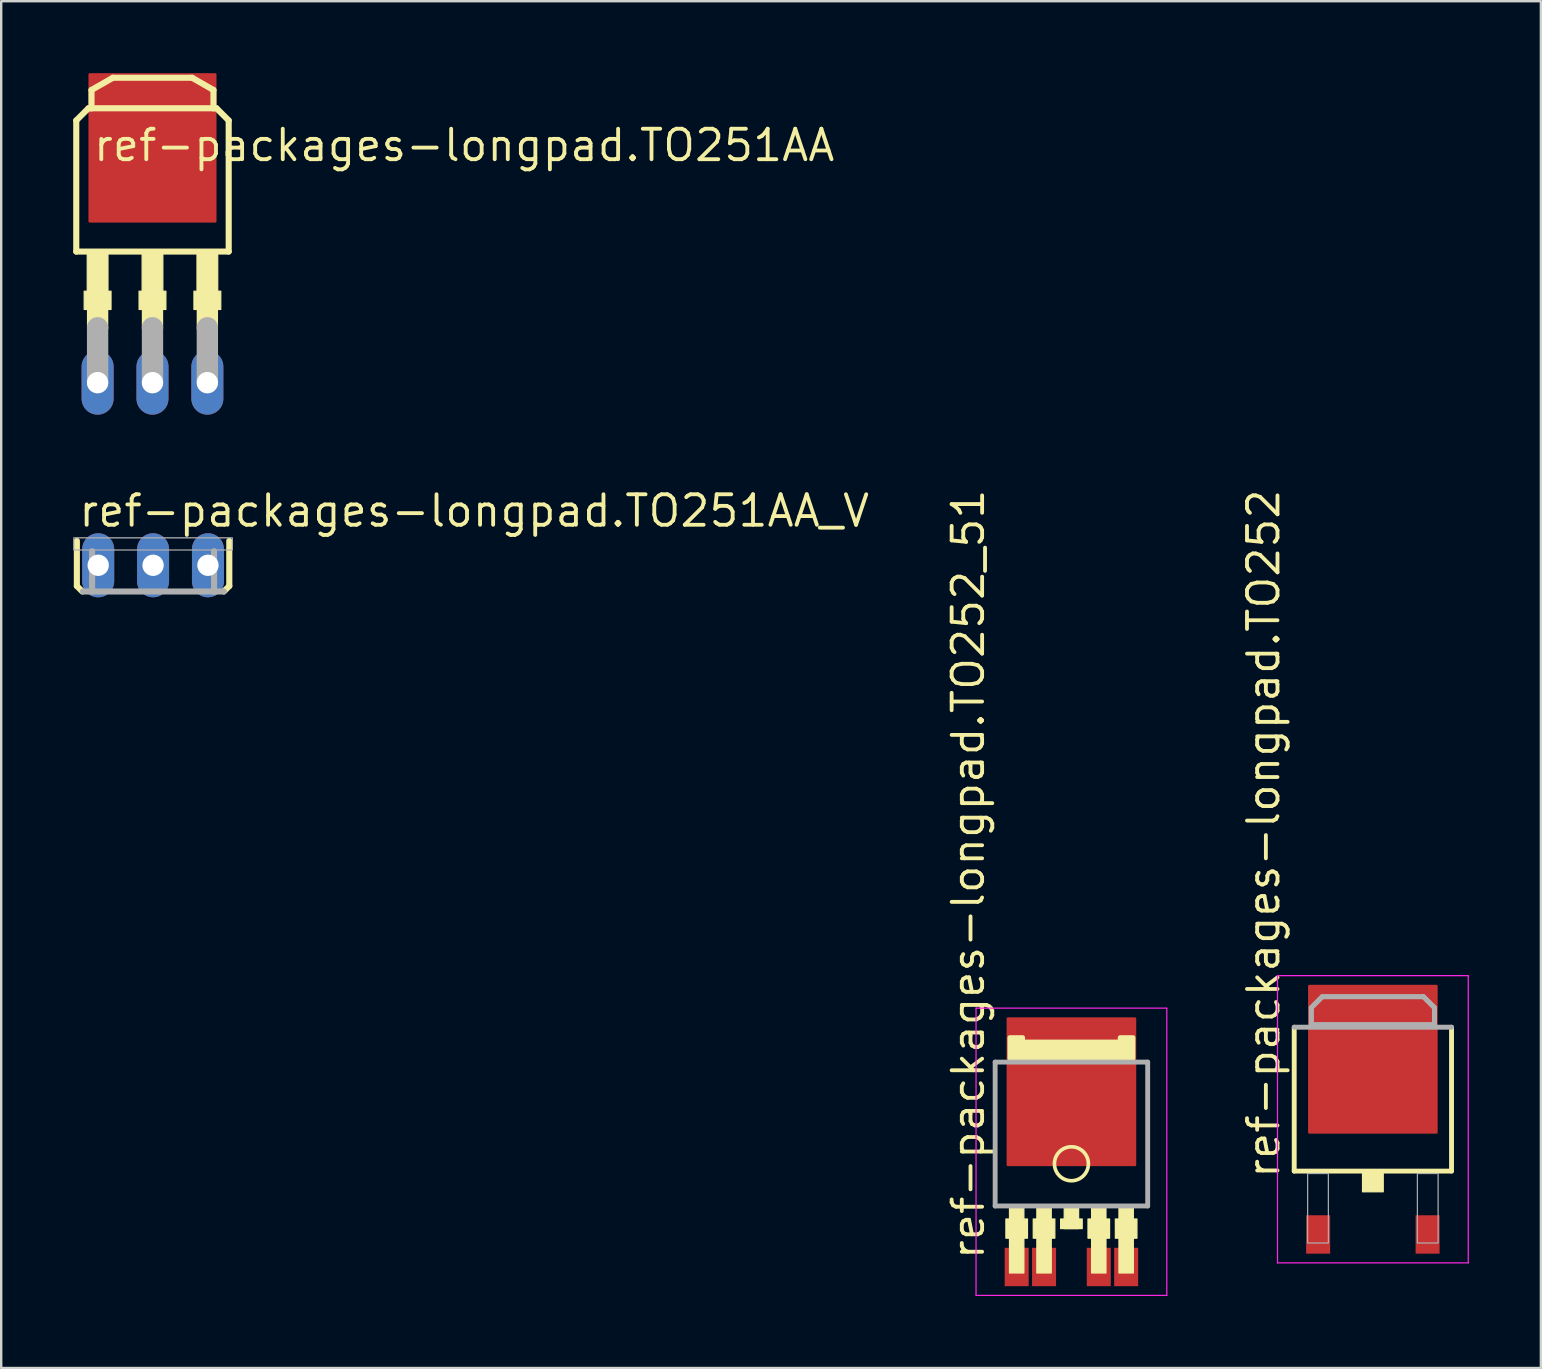
<source format=kicad_pcb>
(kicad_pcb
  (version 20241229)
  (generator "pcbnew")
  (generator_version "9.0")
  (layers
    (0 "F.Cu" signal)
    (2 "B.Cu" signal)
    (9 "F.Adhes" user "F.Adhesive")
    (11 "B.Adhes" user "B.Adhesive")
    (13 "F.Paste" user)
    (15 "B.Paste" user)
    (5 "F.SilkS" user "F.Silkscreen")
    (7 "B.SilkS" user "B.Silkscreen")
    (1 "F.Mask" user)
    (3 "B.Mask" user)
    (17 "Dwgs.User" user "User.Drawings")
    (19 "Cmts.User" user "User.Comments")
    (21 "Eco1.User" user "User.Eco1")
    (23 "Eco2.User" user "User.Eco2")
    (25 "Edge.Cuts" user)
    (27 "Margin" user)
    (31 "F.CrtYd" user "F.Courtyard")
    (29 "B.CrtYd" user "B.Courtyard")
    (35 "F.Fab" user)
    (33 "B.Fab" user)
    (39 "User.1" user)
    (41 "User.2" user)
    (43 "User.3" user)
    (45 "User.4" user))
  (footprint "ref-packages-longpad.TO251AA"
    (layer "F.Cu")
    (at 3.302 7.556)
    (property "Reference" "ref-packages-longpad.TO251AA" (at -2.54 -3.81 0) (layer "F.SilkS") (effects (font (size 1.27 1.27) (thickness 0.16)) (justify left bottom)))
    (attr smd)
    (fp_line (start -3.175 -5.588) (end -3.175 -0.127) (stroke (width 0.254) (type default)) (layer "F.SilkS"))
    (fp_line (start -3.175 -0.127) (end 3.175 -0.127) (stroke (width 0.254) (type default)) (layer "F.SilkS"))
    (fp_line (start -2.667 -6.096) (end -3.175 -5.588) (stroke (width 0.254) (type default)) (layer "F.SilkS"))
    (fp_line (start -2.54 -6.858) (end -1.651 -7.366) (stroke (width 0.254) (type default)) (layer "F.SilkS"))
    (fp_line (start -2.54 -6.096) (end -2.667 -6.096) (stroke (width 0.254) (type default)) (layer "F.SilkS"))
    (fp_line (start -2.54 -6.096) (end -2.54 -6.858) (stroke (width 0.254) (type default)) (layer "F.SilkS"))
    (fp_line (start -2.286 3.048) (end -2.286 2.286) (stroke (width 0.889) (type default)) (layer "F.SilkS"))
    (fp_line (start -1.651 -7.366) (end 1.651 -7.366) (stroke (width 0.254) (type default)) (layer "F.SilkS"))
    (fp_line (start 0 3.048) (end 0 2.286) (stroke (width 0.889) (type default)) (layer "F.SilkS"))
    (fp_line (start 1.651 -7.366) (end 2.54 -6.858) (stroke (width 0.254) (type default)) (layer "F.SilkS"))
    (fp_line (start 2.286 3.048) (end 2.286 2.286) (stroke (width 0.889) (type default)) (layer "F.SilkS"))
    (fp_line (start 2.54 -6.858) (end 2.54 -6.096) (stroke (width 0.254) (type default)) (layer "F.SilkS"))
    (fp_line (start 2.54 -6.096) (end -2.54 -6.096) (stroke (width 0.254) (type default)) (layer "F.SilkS"))
    (fp_line (start 2.667 -6.096) (end 2.54 -6.096) (stroke (width 0.254) (type default)) (layer "F.SilkS"))
    (fp_line (start 3.175 -5.588) (end 2.667 -6.096) (stroke (width 0.254) (type default)) (layer "F.SilkS"))
    (fp_line (start 3.175 -0.127) (end 3.175 -5.588) (stroke (width 0.254) (type default)) (layer "F.SilkS"))
    (fp_rect (start -2.845 2.286) (end -1.727 1.524) (stroke (width 0.05) (type default)) (fill yes) (layer "F.SilkS"))
    (fp_rect (start -2.718 1.524) (end -1.854 0) (stroke (width 0.05) (type default)) (fill yes) (layer "F.SilkS"))
    (fp_rect (start -0.559 2.286) (end 0.559 1.524) (stroke (width 0.05) (type default)) (fill yes) (layer "F.SilkS"))
    (fp_rect (start -0.432 1.524) (end 0.432 0) (stroke (width 0.05) (type default)) (fill yes) (layer "F.SilkS"))
    (fp_rect (start 1.727 2.286) (end 2.845 1.524) (stroke (width 0.05) (type default)) (fill yes) (layer "F.SilkS"))
    (fp_rect (start 1.854 1.524) (end 2.718 0) (stroke (width 0.05) (type default)) (fill yes) (layer "F.SilkS"))
    (fp_line (start -2.286 5.334) (end -2.286 3.048) (stroke (width 0.889) (type default)) (layer "F.Fab"))
    (fp_line (start 0 5.334) (end 0 3.048) (stroke (width 0.889) (type default)) (layer "F.Fab"))
    (fp_line (start 2.286 5.334) (end 2.286 3.048) (stroke (width 0.889) (type default)) (layer "F.Fab"))
    (pad "1" thru_hole oval (at -2.286 5.334 90) (size 2.667 1.333) (drill 0.889) (layers "*.Cu" "*.Mask"))
    (pad "2" thru_hole oval (at 0 5.334 90) (size 2.667 1.333) (drill 0.889) (layers "*.Cu" "*.Mask"))
    (pad "3" thru_hole oval (at 2.286 5.334 90) (size 2.667 1.333) (drill 0.889) (layers "*.Cu" "*.Mask"))
    (pad "4" smd roundrect (at 0 -4.445) (size 5.334 6.223) (layers "F.Cu" "F.Mask" "F.Paste") (roundrect_rratio 0.01)))
  (footprint "ref-packages-longpad.TO252"
    (layer "F.Cu")
    (at 54.141 43.576)
    (property "Reference" "ref-packages-longpad.TO252" (at -3.81 2.54 90) (layer "F.SilkS") (effects (font (size 1.27 1.27) (thickness 0.16)) (justify left bottom)))
    (attr smd)
    (fp_line (start -3.277 2.159) (end -3.277 -3.835) (stroke (width 0.203) (type default)) (layer "F.SilkS"))
    (fp_line (start 3.277 -3.835) (end 3.277 2.159) (stroke (width 0.203) (type default)) (layer "F.SilkS"))
    (fp_line (start 3.277 2.159) (end -3.277 2.159) (stroke (width 0.203) (type default)) (layer "F.SilkS"))
    (fp_rect (start -0.432 3.023) (end 0.432 2.261) (stroke (width 0.05) (type default)) (fill yes) (layer "F.SilkS"))
    (fp_line (start -3.973 -5.983) (end 3.973 -5.983) (stroke (width 0.051) (type default)) (layer "F.CrtYd"))
    (fp_line (start -3.973 5.983) (end -3.973 -5.983) (stroke (width 0.051) (type default)) (layer "F.CrtYd"))
    (fp_line (start 3.973 -5.983) (end 3.973 5.983) (stroke (width 0.051) (type default)) (layer "F.CrtYd"))
    (fp_line (start 3.973 5.983) (end -3.973 5.983) (stroke (width 0.051) (type default)) (layer "F.CrtYd"))
    (fp_line (start -3.277 -3.835) (end 3.277 -3.835) (stroke (width 0.203) (type default)) (layer "F.Fab"))
    (fp_line (start -2.565 -4.648) (end -2.108 -5.105) (stroke (width 0.203) (type default)) (layer "F.Fab"))
    (fp_line (start -2.565 -3.937) (end -2.565 -4.648) (stroke (width 0.203) (type default)) (layer "F.Fab"))
    (fp_line (start -2.108 -5.105) (end 2.108 -5.105) (stroke (width 0.203) (type default)) (layer "F.Fab"))
    (fp_line (start 2.108 -5.105) (end 2.565 -4.648) (stroke (width 0.203) (type default)) (layer "F.Fab"))
    (fp_line (start 2.565 -4.648) (end 2.565 -3.937) (stroke (width 0.203) (type default)) (layer "F.Fab"))
    (fp_line (start 2.565 -3.937) (end -2.565 -3.937) (stroke (width 0.203) (type default)) (layer "F.Fab"))
    (fp_rect (start -2.718 5.156) (end -1.854 2.261) (stroke (width 0.05) (type default)) (fill no) (layer "F.Fab"))
    (fp_rect (start 1.854 5.156) (end 2.718 2.261) (stroke (width 0.05) (type default)) (fill no) (layer "F.Fab"))
    (fp_poly (pts (xy -2.565 -3.937) (xy -2.565 -4.648) (xy -2.108 -5.105) (xy 2.108 -5.105) (xy 2.565 -4.648) (xy 2.565 -3.937)) (stroke (width 0.2) (type default)) (fill no) (layer "F.Fab"))
    (pad "1" smd roundrect (at -2.28 4.8) (size 1 1.6) (layers "F.Cu" "F.Mask" "F.Paste") (roundrect_rratio 0.01))
    (pad "2" smd roundrect (at 2.28 4.8) (size 1 1.6) (layers "F.Cu" "F.Mask" "F.Paste") (roundrect_rratio 0.01))
    (pad "3" smd roundrect (at 0 -2.5) (size 5.4 6.2) (layers "F.Cu" "F.Mask" "F.Paste") (roundrect_rratio 0.01)))
  (footprint "ref-packages-longpad.TO251AA_V"
    (layer "F.Cu")
    (at 3.327 20.498)
    (property "Reference" "ref-packages-longpad.TO251AA_V" (at -3.175 -1.524 0) (layer "F.SilkS") (effects (font (size 1.27 1.27) (thickness 0.16)) (justify left bottom)))
    (attr through_hole)
    (fp_line (start -3.175 -1.016) (end -3.175 0.864) (stroke (width 0.254) (type default)) (layer "F.SilkS"))
    (fp_line (start -2.946 1.092) (end -3.175 0.864) (stroke (width 0.254) (type default)) (layer "F.SilkS"))
    (fp_line (start 3.175 0.864) (end 2.946 1.092) (stroke (width 0.254) (type default)) (layer "F.SilkS"))
    (fp_line (start 3.175 0.864) (end 3.175 -1.016) (stroke (width 0.254) (type default)) (layer "F.SilkS"))
    (fp_line (start -2.921 1.092) (end -2.54 1.092) (stroke (width 0.254) (type default)) (layer "F.Fab"))
    (fp_line (start -2.54 1.092) (end -2.54 -0.584) (stroke (width 0.254) (type default)) (layer "F.Fab"))
    (fp_line (start -2.54 1.092) (end 2.54 1.092) (stroke (width 0.254) (type default)) (layer "F.Fab"))
    (fp_line (start 2.54 -0.584) (end 2.54 1.092) (stroke (width 0.254) (type default)) (layer "F.Fab"))
    (fp_line (start 2.54 1.092) (end 2.946 1.092) (stroke (width 0.254) (type default)) (layer "F.Fab"))
    (fp_rect (start -3.302 -0.635) (end 3.302 -1.143) (stroke (width 0.05) (type default)) (fill no) (layer "F.Fab"))
    (pad "1" thru_hole oval (at -2.286 0 90) (size 2.667 1.333) (drill 0.889) (layers "*.Cu" "*.Mask"))
    (pad "2" thru_hole oval (at 0 0 90) (size 2.667 1.333) (drill 0.889) (layers "*.Cu" "*.Mask"))
    (pad "3" thru_hole oval (at 2.286 0 90) (size 2.667 1.333) (drill 0.889) (layers "*.Cu" "*.Mask")))
  (footprint "ref-packages-longpad.TO252_51"
    (layer "F.Cu")
    (at 41.583 44.93)
    (property "Reference" "ref-packages-longpad.TO252_51" (at -3.556 4.572 90) (layer "F.SilkS") (effects (font (size 1.27 1.27) (thickness 0.16)) (justify left bottom)))
    (attr smd)
    (fp_rect (start -2.73 3.6) (end -1.83 2.8) (stroke (width 0.05) (type default)) (fill yes) (layer "F.SilkS"))
    (fp_rect (start -2.58 5.05) (end -1.98 2.2) (stroke (width 0.05) (type default)) (fill yes) (layer "F.SilkS"))
    (fp_rect (start -1.59 3.6) (end -0.69 2.8) (stroke (width 0.05) (type default)) (fill yes) (layer "F.SilkS"))
    (fp_rect (start -1.44 5.05) (end -0.84 2.2) (stroke (width 0.05) (type default)) (fill yes) (layer "F.SilkS"))
    (fp_rect (start -0.45 3.2) (end 0.45 2.8) (stroke (width 0.05) (type default)) (fill yes) (layer "F.SilkS"))
    (fp_rect (start -0.3 3.2) (end 0.3 2.2) (stroke (width 0.05) (type default)) (fill yes) (layer "F.SilkS"))
    (fp_rect (start 0.69 3.6) (end 1.59 2.8) (stroke (width 0.05) (type default)) (fill yes) (layer "F.SilkS"))
    (fp_rect (start 0.84 5.05) (end 1.44 2.2) (stroke (width 0.05) (type default)) (fill yes) (layer "F.SilkS"))
    (fp_rect (start 1.83 3.6) (end 2.73 2.8) (stroke (width 0.05) (type default)) (fill yes) (layer "F.SilkS"))
    (fp_rect (start 1.98 5.05) (end 2.58 2.2) (stroke (width 0.05) (type default)) (fill yes) (layer "F.SilkS"))
    (fp_circle (center 0 0.5) (end 0.707 0.5) (stroke (width 0.152) (type default)) (fill no) (layer "F.SilkS"))
    (fp_poly (pts (xy -2.565 -3.887) (xy -2.565 -4.756) (xy -2.032 -4.756) (xy -2.032 -4.572) (xy 2.032 -4.572) (xy 2.032 -4.756) (xy 2.565 -4.756) (xy 2.565 -3.887)) (stroke (width 0.2) (type default)) (fill yes) (layer "F.SilkS"))
    (fp_line (start -3.973 -5.983) (end 3.973 -5.983) (stroke (width 0.051) (type default)) (layer "F.CrtYd"))
    (fp_line (start -3.973 5.983) (end -3.973 -5.983) (stroke (width 0.051) (type default)) (layer "F.CrtYd"))
    (fp_line (start 3.973 -5.983) (end 3.973 5.983) (stroke (width 0.051) (type default)) (layer "F.CrtYd"))
    (fp_line (start 3.973 5.983) (end -3.973 5.983) (stroke (width 0.051) (type default)) (layer "F.CrtYd"))
    (fp_line (start -3.177 -3.735) (end 3.177 -3.735) (stroke (width 0.203) (type default)) (layer "F.Fab"))
    (fp_line (start -3.177 2.26) (end -3.177 -3.735) (stroke (width 0.203) (type default)) (layer "F.Fab"))
    (fp_line (start 3.177 -3.735) (end 3.177 2.259) (stroke (width 0.203) (type default)) (layer "F.Fab"))
    (fp_line (start 3.177 2.259) (end -3.178 2.259) (stroke (width 0.203) (type default)) (layer "F.Fab"))
    (pad "1" smd roundrect (at -2.28 4.8) (size 1 1.6) (layers "F.Cu" "F.Mask" "F.Paste") (roundrect_rratio 0.01))
    (pad "2" smd roundrect (at -1.14 4.8) (size 1 1.6) (layers "F.Cu" "F.Mask" "F.Paste") (roundrect_rratio 0.01))
    (pad "3" smd roundrect (at 1.14 4.8) (size 1 1.6) (layers "F.Cu" "F.Mask" "F.Paste") (roundrect_rratio 0.01))
    (pad "4" smd roundrect (at 2.28 4.8) (size 1 1.6) (layers "F.Cu" "F.Mask" "F.Paste") (roundrect_rratio 0.01))
    (pad "5" smd roundrect (at 0 -2.5) (size 5.4 6.2) (layers "F.Cu" "F.Mask" "F.Paste") (roundrect_rratio 0.01)))
  (gr_rect
    (start -3 -3)
    (end 61.14 53.939)
    (stroke (width 0.1) (type default))
    (fill no)
    (layer "Edge.Cuts")))
</source>
